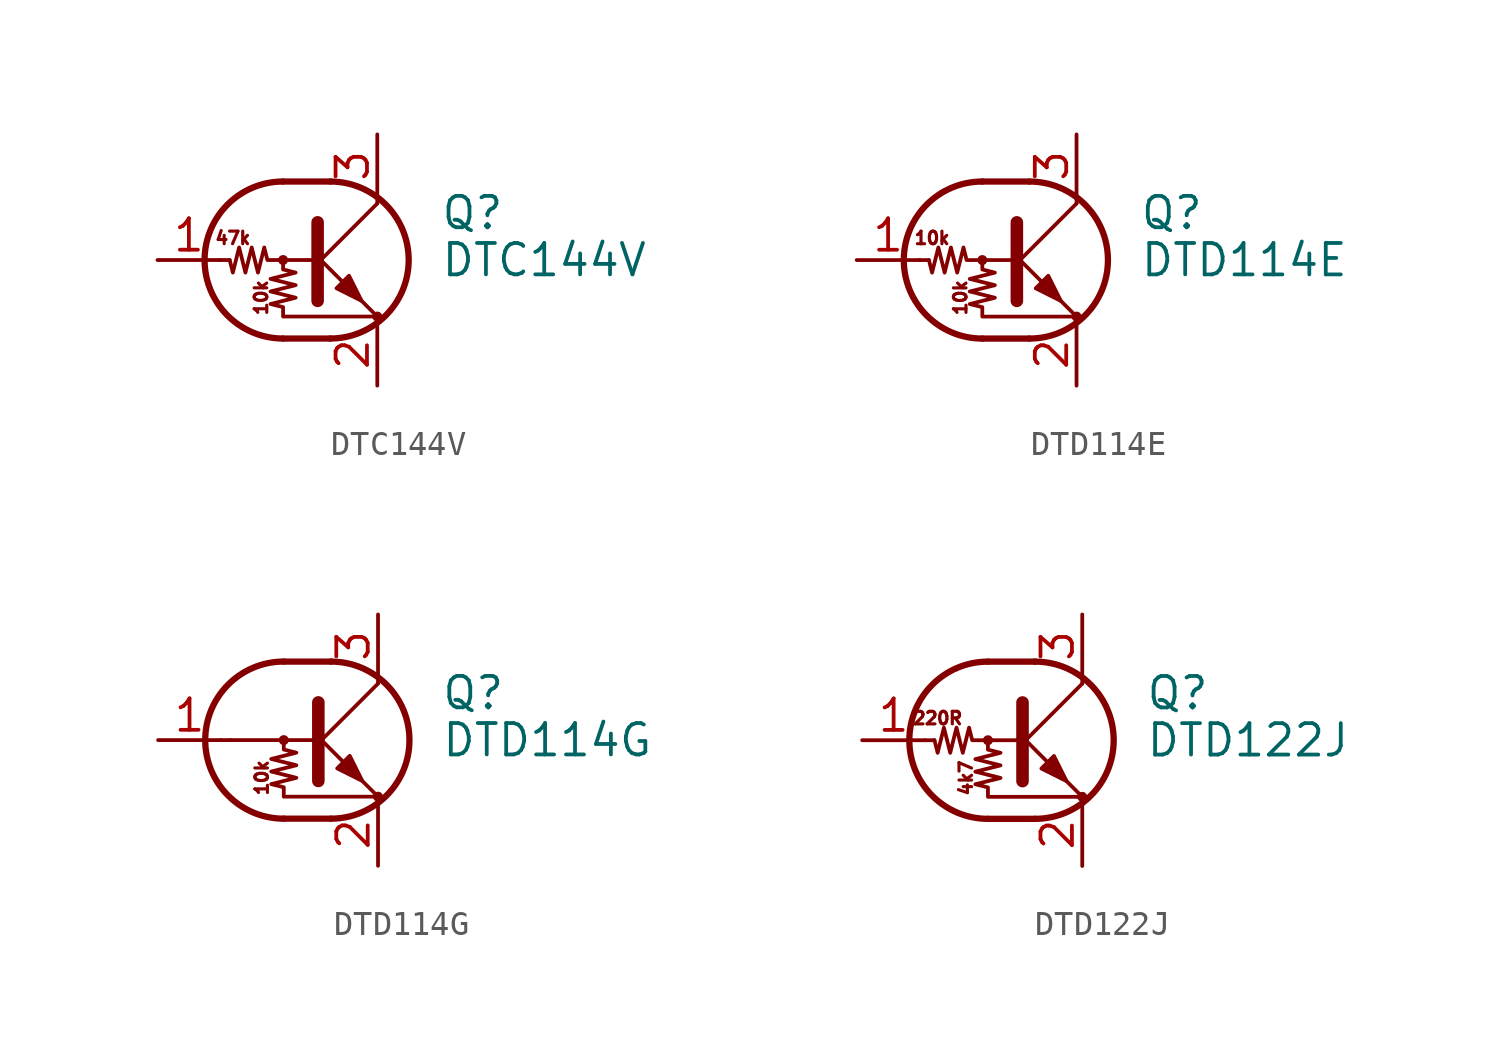
<source format=kicad_sym>
(kicad_symbol_lib
  (version 20241209)
  (generator "kicad_symbol_editor")
  (generator_version "9.0")
  (symbol "DTC144V"
    (pin_names
      (offset 0)
      (hide yes))
    (property "Reference" "Q"
      (at 5.08 1.905 0)
      (effects (font (size 1.27 1.27)) (justify left)))
    (property "Value" "DTC144V"
      (at 5.08 0 0)
      (effects (font (size 1.27 1.27)) (justify left)))
    (symbol "DTC144V_0_0"
      (text "47k" (at -3.302 0.889 0) (effects (font (size 0.508 0.508))))
      (text "10k" (at -2.159 -1.524 900) (effects (font (size 0.508 0.508)))))
    (symbol "DTC144V_0_1"
      (polyline (pts (xy -3.429 0) (xy -3.81 0)) (stroke (width 0) (type default)) (fill (type none)))
      (polyline (pts (xy -1.27 3.175) (xy 0.635 3.175)) (stroke (width 0.254) (type default)) (fill (type none)))
      (circle (center -1.27 0) (radius 0.127) (stroke (width 0) (type default)) (fill (type none)))
      (polyline (pts (xy -1.27 0) (xy -1.27 -0.381) (xy -0.762 -0.508) (xy -1.778 -0.762) (xy -0.762 -1.016) (xy -1.778 -1.27) (xy -0.762 -1.524) (xy -1.778 -1.778) (xy -1.27 -1.905) (xy -1.27 -2.286) (xy 2.54 -2.286)) (stroke (width 0) (type default)) (fill (type none)))
      (polyline (pts (xy -1.27 -3.175) (xy 0.635 -3.175)) (stroke (width 0.254) (type default)) (fill (type none)))
      (arc (start -1.27 -3.175) (mid -4.4312 0) (end -1.27 3.175) (stroke (width 0.254) (type default)) (fill (type none)))
      (polyline (pts (xy 0 0) (xy -1.905 0) (xy -2.032 0.508) (xy -2.286 -0.508) (xy -2.54 0.508) (xy -2.794 -0.508) (xy -3.048 0.508) (xy -3.302 -0.508) (xy -3.429 0)) (stroke (width 0) (type default)) (fill (type none)))
      (polyline (pts (xy 0 -0.254) (xy 2.54 2.286)) (stroke (width 0) (type default)) (fill (type none)))
      (polyline (pts (xy 0.127 1.524) (xy 0.127 -1.651)) (stroke (width 0.508) (type default)) (fill (type outline)))
      (arc (start 0.635 3.175) (mid 3.7962 0) (end 0.635 -3.175) (stroke (width 0.254) (type default)) (fill (type none)))
      (polyline (pts (xy 0.889 -1.143) (xy 1.397 -0.635) (xy 1.905 -1.651) (xy 0.889 -1.143)) (stroke (width 0) (type default)) (fill (type outline)))
      (polyline (pts (xy 2.54 2.286) (xy 2.54 2.54)) (stroke (width 0) (type default)) (fill (type none)))
      (polyline (pts (xy 2.54 -2.286) (xy 0 0.254) (xy 0 0.254)) (stroke (width 0) (type default)) (fill (type none)))
      (circle (center 2.54 -2.286) (radius 0.127) (stroke (width 0) (type default)) (fill (type none))))
    (symbol "DTC144V_1_1"
      (pin input line (at -6.35 0 0) (length 2.54) (name "B" (effects (font (size 1.27 1.27)))) (number "1" (effects (font (size 1.27 1.27)))))
      (pin passive line (at 2.54 5.08 270) (length 2.54) (name "C" (effects (font (size 1.27 1.27)))) (number "3" (effects (font (size 1.27 1.27)))))
      (pin passive line (at 2.54 -5.08 90) (length 2.54) (name "E" (effects (font (size 1.27 1.27)))) (number "2" (effects (font (size 1.27 1.27)))))))
  (symbol "DTD114E"
    (pin_names
      (offset 0)
      (hide yes))
    (property "Reference" "Q"
      (at 5.08 1.905 0)
      (effects (font (size 1.27 1.27)) (justify left)))
    (property "Value" "DTD114E"
      (at 5.08 0 0)
      (effects (font (size 1.27 1.27)) (justify left)))
    (symbol "DTD114E_0_0"
      (text "10k" (at -3.302 0.889 0) (effects (font (size 0.508 0.508))))
      (text "10k" (at -2.159 -1.524 900) (effects (font (size 0.508 0.508)))))
    (symbol "DTD114E_0_1"
      (polyline (pts (xy -3.429 0) (xy -3.81 0)) (stroke (width 0) (type default)) (fill (type none)))
      (polyline (pts (xy -1.27 3.175) (xy 0.635 3.175)) (stroke (width 0.254) (type default)) (fill (type none)))
      (circle (center -1.27 0) (radius 0.127) (stroke (width 0) (type default)) (fill (type none)))
      (polyline (pts (xy -1.27 0) (xy -1.27 -0.381) (xy -0.762 -0.508) (xy -1.778 -0.762) (xy -0.762 -1.016) (xy -1.778 -1.27) (xy -0.762 -1.524) (xy -1.778 -1.778) (xy -1.27 -1.905) (xy -1.27 -2.286) (xy 2.54 -2.286)) (stroke (width 0) (type default)) (fill (type none)))
      (polyline (pts (xy -1.27 -3.175) (xy 0.635 -3.175)) (stroke (width 0.254) (type default)) (fill (type none)))
      (arc (start -1.27 -3.175) (mid -4.4312 0) (end -1.27 3.175) (stroke (width 0.254) (type default)) (fill (type none)))
      (polyline (pts (xy 0 0) (xy -1.905 0) (xy -2.032 0.508) (xy -2.286 -0.508) (xy -2.54 0.508) (xy -2.794 -0.508) (xy -3.048 0.508) (xy -3.302 -0.508) (xy -3.429 0)) (stroke (width 0) (type default)) (fill (type none)))
      (polyline (pts (xy 0 -0.254) (xy 2.54 2.286)) (stroke (width 0) (type default)) (fill (type none)))
      (polyline (pts (xy 0.127 1.524) (xy 0.127 -1.651)) (stroke (width 0.508) (type default)) (fill (type outline)))
      (arc (start 0.635 3.175) (mid 3.7962 0) (end 0.635 -3.175) (stroke (width 0.254) (type default)) (fill (type none)))
      (polyline (pts (xy 0.889 -1.143) (xy 1.397 -0.635) (xy 1.905 -1.651) (xy 0.889 -1.143)) (stroke (width 0) (type default)) (fill (type outline)))
      (polyline (pts (xy 2.54 2.286) (xy 2.54 2.54)) (stroke (width 0) (type default)) (fill (type none)))
      (polyline (pts (xy 2.54 -2.286) (xy 0 0.254) (xy 0 0.254)) (stroke (width 0) (type default)) (fill (type none)))
      (circle (center 2.54 -2.286) (radius 0.127) (stroke (width 0) (type default)) (fill (type none))))
    (symbol "DTD114E_1_1"
      (pin input line (at -6.35 0 0) (length 2.54) (name "B" (effects (font (size 1.27 1.27)))) (number "1" (effects (font (size 1.27 1.27)))))
      (pin passive line (at 2.54 5.08 270) (length 2.54) (name "C" (effects (font (size 1.27 1.27)))) (number "3" (effects (font (size 1.27 1.27)))))
      (pin passive line (at 2.54 -5.08 90) (length 2.54) (name "E" (effects (font (size 1.27 1.27)))) (number "2" (effects (font (size 1.27 1.27)))))))
  (symbol "DTD114G"
    (pin_names
      (offset 0)
      (hide yes))
    (property "Reference" "Q"
      (at 5.08 1.905 0)
      (effects (font (size 1.27 1.27)) (justify left)))
    (property "Value" "DTD114G"
      (at 5.08 0 0)
      (effects (font (size 1.27 1.27)) (justify left)))
    (symbol "DTD114G_0_0"
      (polyline (pts (xy -3.429 0) (xy 0 0)) (stroke (width 0) (type default)) (fill (type none)))
      (text "10k" (at -2.159 -1.524 900) (effects (font (size 0.508 0.508)))))
    (symbol "DTD114G_0_1"
      (polyline (pts (xy -3.429 0) (xy -3.81 0)) (stroke (width 0) (type default)) (fill (type none)))
      (polyline (pts (xy -1.27 3.175) (xy 0.635 3.175)) (stroke (width 0.254) (type default)) (fill (type none)))
      (circle (center -1.27 0) (radius 0.127) (stroke (width 0) (type default)) (fill (type none)))
      (polyline (pts (xy -1.27 0) (xy -1.27 -0.381) (xy -0.762 -0.508) (xy -1.778 -0.762) (xy -0.762 -1.016) (xy -1.778 -1.27) (xy -0.762 -1.524) (xy -1.778 -1.778) (xy -1.27 -1.905) (xy -1.27 -2.286) (xy 2.54 -2.286)) (stroke (width 0) (type default)) (fill (type none)))
      (polyline (pts (xy -1.27 -3.175) (xy 0.635 -3.175)) (stroke (width 0.254) (type default)) (fill (type none)))
      (arc (start -1.27 -3.175) (mid -4.4312 0) (end -1.27 3.175) (stroke (width 0.254) (type default)) (fill (type none)))
      (polyline (pts (xy 0 -0.254) (xy 2.54 2.286)) (stroke (width 0) (type default)) (fill (type none)))
      (polyline (pts (xy 0.127 1.524) (xy 0.127 -1.651)) (stroke (width 0.508) (type default)) (fill (type outline)))
      (arc (start 0.635 3.175) (mid 3.7962 0) (end 0.635 -3.175) (stroke (width 0.254) (type default)) (fill (type none)))
      (polyline (pts (xy 0.889 -1.143) (xy 1.397 -0.635) (xy 1.905 -1.651) (xy 0.889 -1.143)) (stroke (width 0) (type default)) (fill (type outline)))
      (polyline (pts (xy 2.54 2.286) (xy 2.54 2.54)) (stroke (width 0) (type default)) (fill (type none)))
      (polyline (pts (xy 2.54 -2.286) (xy 0 0.254) (xy 0 0.254)) (stroke (width 0) (type default)) (fill (type none)))
      (circle (center 2.54 -2.286) (radius 0.127) (stroke (width 0) (type default)) (fill (type none))))
    (symbol "DTD114G_1_1"
      (pin input line (at -6.35 0 0) (length 2.54) (name "B" (effects (font (size 1.27 1.27)))) (number "1" (effects (font (size 1.27 1.27)))))
      (pin passive line (at 2.54 5.08 270) (length 2.54) (name "C" (effects (font (size 1.27 1.27)))) (number "3" (effects (font (size 1.27 1.27)))))
      (pin passive line (at 2.54 -5.08 90) (length 2.54) (name "E" (effects (font (size 1.27 1.27)))) (number "2" (effects (font (size 1.27 1.27)))))))
  (symbol "DTD122J"
    (pin_names
      (offset 0)
      (hide yes))
    (property "Reference" "Q"
      (at 5.08 1.905 0)
      (effects (font (size 1.27 1.27)) (justify left)))
    (property "Value" "DTD122J"
      (at 5.08 0 0)
      (effects (font (size 1.27 1.27)) (justify left)))
    (symbol "DTD122J_0_0"
      (text "220R" (at -3.302 0.889 0) (effects (font (size 0.508 0.508))))
      (text "4k7" (at -2.159 -1.524 900) (effects (font (size 0.508 0.508)))))
    (symbol "DTD122J_0_1"
      (polyline (pts (xy -3.429 0) (xy -3.81 0)) (stroke (width 0) (type default)) (fill (type none)))
      (polyline (pts (xy -1.27 3.175) (xy 0.635 3.175)) (stroke (width 0.254) (type default)) (fill (type none)))
      (circle (center -1.27 0) (radius 0.127) (stroke (width 0) (type default)) (fill (type none)))
      (polyline (pts (xy -1.27 0) (xy -1.27 -0.381) (xy -0.762 -0.508) (xy -1.778 -0.762) (xy -0.762 -1.016) (xy -1.778 -1.27) (xy -0.762 -1.524) (xy -1.778 -1.778) (xy -1.27 -1.905) (xy -1.27 -2.286) (xy 2.54 -2.286)) (stroke (width 0) (type default)) (fill (type none)))
      (polyline (pts (xy -1.27 -3.175) (xy 0.635 -3.175)) (stroke (width 0.254) (type default)) (fill (type none)))
      (arc (start -1.27 -3.175) (mid -4.4312 0) (end -1.27 3.175) (stroke (width 0.254) (type default)) (fill (type none)))
      (polyline (pts (xy 0 0) (xy -1.905 0) (xy -2.032 0.508) (xy -2.286 -0.508) (xy -2.54 0.508) (xy -2.794 -0.508) (xy -3.048 0.508) (xy -3.302 -0.508) (xy -3.429 0)) (stroke (width 0) (type default)) (fill (type none)))
      (polyline (pts (xy 0 -0.254) (xy 2.54 2.286)) (stroke (width 0) (type default)) (fill (type none)))
      (polyline (pts (xy 0.127 1.524) (xy 0.127 -1.651)) (stroke (width 0.508) (type default)) (fill (type outline)))
      (arc (start 0.635 3.175) (mid 3.7962 0) (end 0.635 -3.175) (stroke (width 0.254) (type default)) (fill (type none)))
      (polyline (pts (xy 0.889 -1.143) (xy 1.397 -0.635) (xy 1.905 -1.651) (xy 0.889 -1.143)) (stroke (width 0) (type default)) (fill (type outline)))
      (polyline (pts (xy 2.54 2.286) (xy 2.54 2.54)) (stroke (width 0) (type default)) (fill (type none)))
      (polyline (pts (xy 2.54 -2.286) (xy 0 0.254) (xy 0 0.254)) (stroke (width 0) (type default)) (fill (type none)))
      (circle (center 2.54 -2.286) (radius 0.127) (stroke (width 0) (type default)) (fill (type none))))
    (symbol "DTD122J_1_1"
      (pin input line (at -6.35 0 0) (length 2.54) (name "B" (effects (font (size 1.27 1.27)))) (number "1" (effects (font (size 1.27 1.27)))))
      (pin passive line (at 2.54 5.08 270) (length 2.54) (name "C" (effects (font (size 1.27 1.27)))) (number "3" (effects (font (size 1.27 1.27)))))
      (pin passive line (at 2.54 -5.08 90) (length 2.54) (name "E" (effects (font (size 1.27 1.27)))) (number "2" (effects (font (size 1.27 1.27))))))))
</source>
